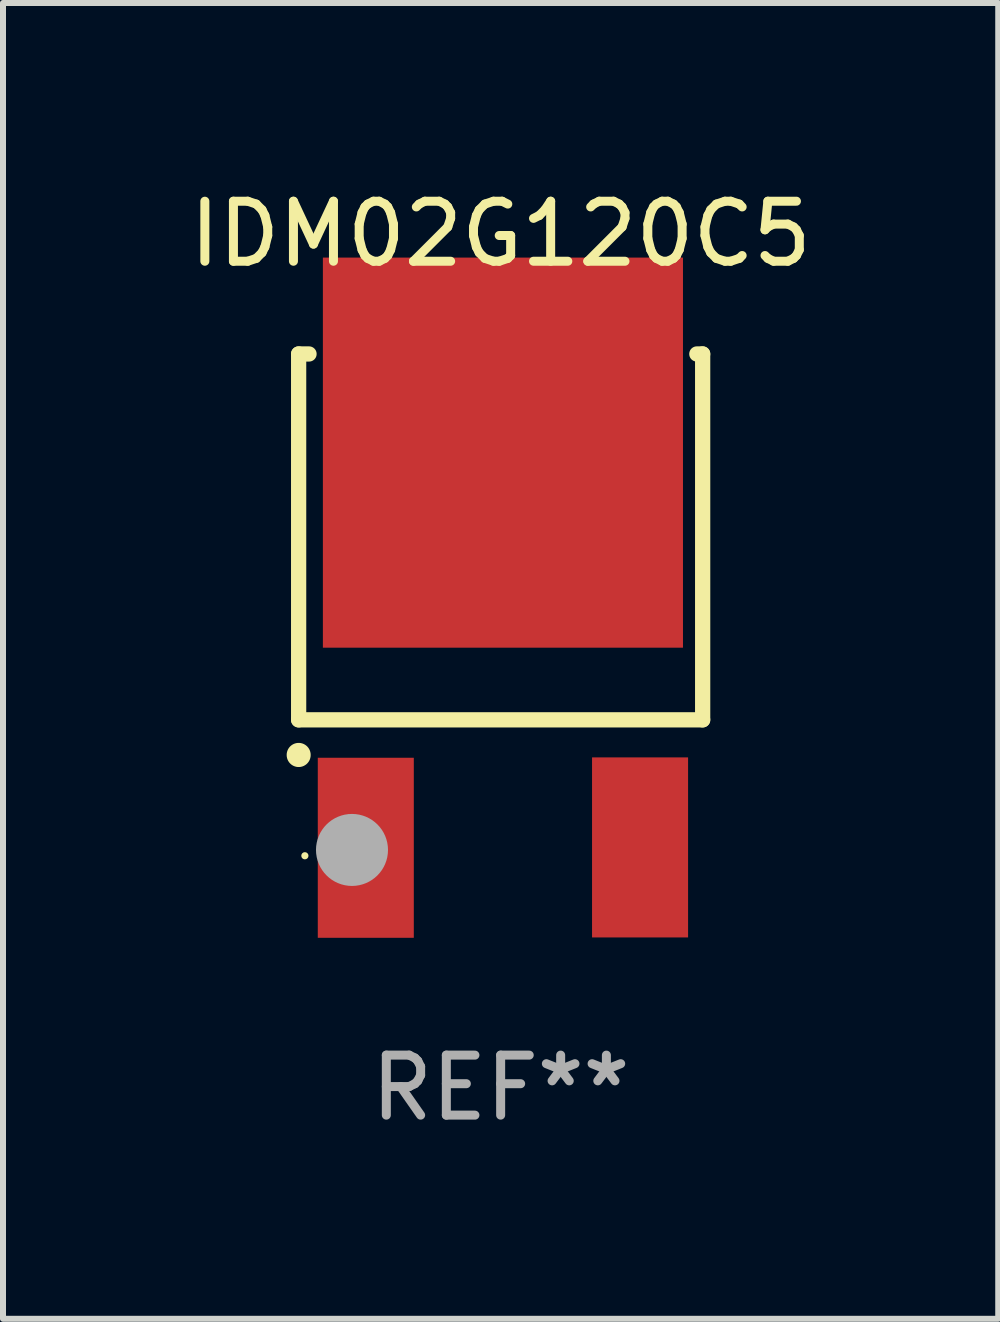
<source format=kicad_pcb>
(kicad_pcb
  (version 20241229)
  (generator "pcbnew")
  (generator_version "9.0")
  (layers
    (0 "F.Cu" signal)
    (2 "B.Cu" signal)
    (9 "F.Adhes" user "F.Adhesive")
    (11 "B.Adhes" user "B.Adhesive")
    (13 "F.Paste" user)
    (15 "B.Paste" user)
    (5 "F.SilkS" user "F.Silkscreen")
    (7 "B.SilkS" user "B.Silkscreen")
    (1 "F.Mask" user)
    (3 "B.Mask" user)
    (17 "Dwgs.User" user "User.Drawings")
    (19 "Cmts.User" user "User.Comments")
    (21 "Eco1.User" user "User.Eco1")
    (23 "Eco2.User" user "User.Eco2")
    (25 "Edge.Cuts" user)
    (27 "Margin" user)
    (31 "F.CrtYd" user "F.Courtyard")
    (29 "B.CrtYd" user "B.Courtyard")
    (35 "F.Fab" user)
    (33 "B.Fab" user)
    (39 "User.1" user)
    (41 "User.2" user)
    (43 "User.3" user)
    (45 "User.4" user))
  (footprint "IDM02G120C5"
    (layer "F.Cu")
    (at 5.292 6.962)
    (property "Reference" "IDM02G120C5" (at 0 -6.114 0) (layer "F.SilkS") (effects (font (size 1 1) (thickness 0.15))))
    (attr through_hole)
    (fp_line (start -3.366 -4.114) (end -3.366 1.982) (stroke (width 0.254) (type solid)) (layer "F.SilkS"))
    (fp_line (start -3.366 1.982) (end 3.366 1.982) (stroke (width 0.254) (type solid)) (layer "F.SilkS"))
    (fp_line (start -3.193 -4.114) (end -3.366 -4.114) (stroke (width 0.254) (type solid)) (layer "F.SilkS"))
    (fp_line (start 3.366 -4.114) (end 3.269 -4.114) (stroke (width 0.254) (type solid)) (layer "F.SilkS"))
    (fp_line (start 3.366 1.982) (end 3.366 -4.114) (stroke (width 0.254) (type solid)) (layer "F.SilkS"))
    (fp_arc (start -3.365507 2.568834) (mid -3.365511 2.567564) (end -3.365507 2.566294) (stroke (width 0.4) (type solid)) (layer "F.SilkS"))
    (fp_circle (center -3.262 4.247) (end -3.232 4.247) (stroke (width 0.06) (type solid)) (fill no) (layer "F.SilkS"))
    (fp_circle (center -2.477 4.15) (end -2.177 4.15) (stroke (width 0.6) (type solid)) (fill no) (layer "F.Fab"))
    (fp_text user "REF**" (at 0 8.114 0) (layer "F.Fab") (effects (font (size 1 1) (thickness 0.15))))
    (pad "1" smd rect (at -2.247 4.114) (size 1.6 3) (layers "F.Cu" "F.Mask" "F.Paste"))
    (pad "2" smd rect (at 2.323 4.108 180) (size 1.6 3) (layers "F.Cu" "F.Mask" "F.Paste"))
    (pad "3" smd rect (at 0.038 -2.47) (size 6 6.5) (layers "F.Cu" "F.Mask" "F.Paste")))
  (gr_rect
    (start -3 -3)
    (end 13.583 18.924)
    (stroke (width 0.1) (type default))
    (fill no)
    (layer "Edge.Cuts")))
</source>
